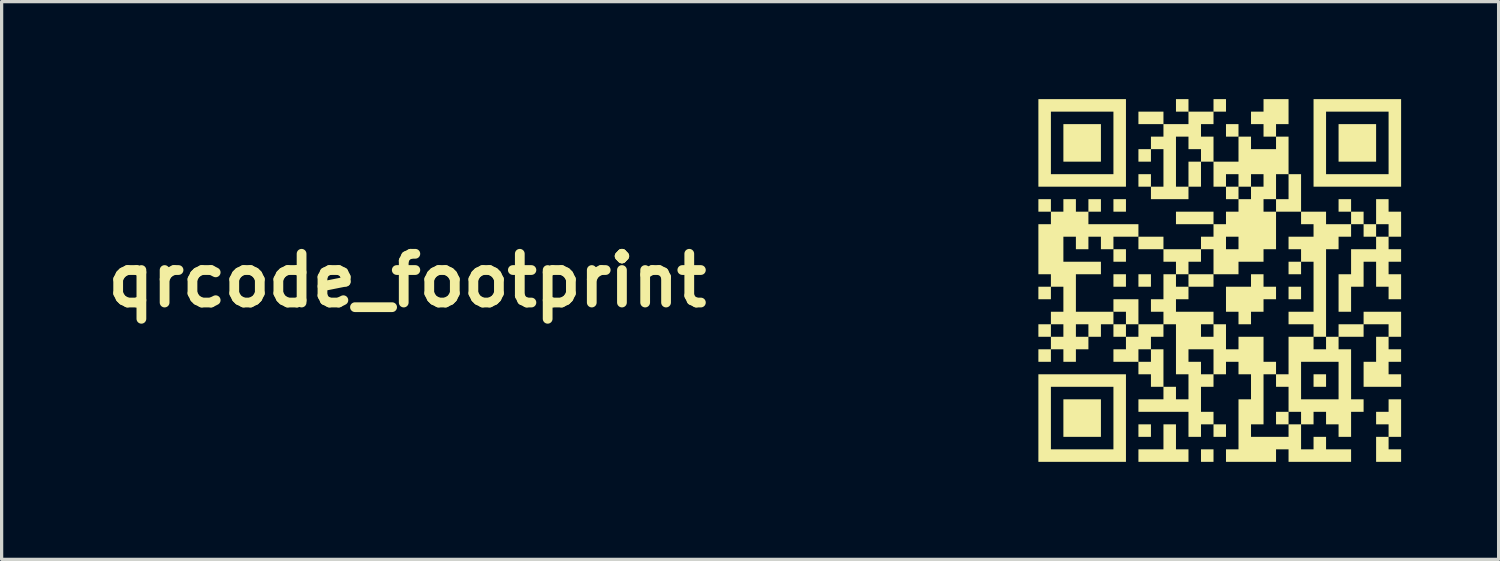
<source format=kicad_pcb>
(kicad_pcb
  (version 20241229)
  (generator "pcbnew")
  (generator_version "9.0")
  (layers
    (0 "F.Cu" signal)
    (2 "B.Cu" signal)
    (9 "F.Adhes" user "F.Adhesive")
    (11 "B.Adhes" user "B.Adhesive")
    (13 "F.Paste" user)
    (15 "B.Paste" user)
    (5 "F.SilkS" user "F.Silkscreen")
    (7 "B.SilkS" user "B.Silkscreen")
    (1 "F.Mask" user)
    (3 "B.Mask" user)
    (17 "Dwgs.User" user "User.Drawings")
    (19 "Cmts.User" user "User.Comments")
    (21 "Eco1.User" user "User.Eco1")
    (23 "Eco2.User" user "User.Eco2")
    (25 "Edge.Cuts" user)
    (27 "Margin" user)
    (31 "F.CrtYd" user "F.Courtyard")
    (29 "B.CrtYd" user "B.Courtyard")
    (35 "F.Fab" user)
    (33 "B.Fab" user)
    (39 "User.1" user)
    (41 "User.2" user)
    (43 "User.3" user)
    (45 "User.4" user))
  (footprint "qrcode_footprint"
    (layer "F.Cu")
    (at 34.479 5.58)
    (property "Reference" "qrcode_footprint" (at -25 0 0) (layer "F.SilkS") (effects (font (size 1.5 1.5) (thickness 0.3))))
    (attr board_only exclude_from_pos_files exclude_from_bom)
    (fp_poly (pts (xy -3.656 -4.233) (xy -3.656 -3.656) (xy -4.233 -3.656) (xy -4.811 -3.656) (xy -4.811 -4.233) (xy -4.811 -4.811) (xy -4.233 -4.811) (xy -3.656 -4.811)) (stroke (width 0) (type solid)) (fill yes) (layer "F.SilkS"))
    (fp_poly (pts (xy -3.656 4.233) (xy -3.656 4.811) (xy -4.233 4.811) (xy -4.811 4.811) (xy -4.811 4.233) (xy -4.811 3.656) (xy -4.233 3.656) (xy -3.656 3.656)) (stroke (width 0) (type solid)) (fill yes) (layer "F.SilkS"))
    (fp_poly (pts (xy -2.886 -2.309) (xy -2.886 -2.117) (xy -3.079 -2.117) (xy -3.271 -2.117) (xy -3.271 -2.309) (xy -3.271 -2.502) (xy -3.079 -2.502) (xy -2.886 -2.502)) (stroke (width 0) (type solid)) (fill yes) (layer "F.SilkS"))
    (fp_poly (pts (xy -2.886 -0.77) (xy -2.886 -0.577) (xy -3.079 -0.577) (xy -3.271 -0.577) (xy -3.271 -0.77) (xy -3.271 -0.962) (xy -3.079 -0.962) (xy -2.886 -0.962)) (stroke (width 0) (type solid)) (fill yes) (layer "F.SilkS"))
    (fp_poly (pts (xy -2.886 0) (xy -2.886 0.192) (xy -3.079 0.192) (xy -3.271 0.192) (xy -3.271 0) (xy -3.271 -0.192) (xy -3.079 -0.192) (xy -2.886 -0.192)) (stroke (width 0) (type solid)) (fill yes) (layer "F.SilkS"))
    (fp_poly (pts (xy -2.117 0) (xy -2.117 0.192) (xy -2.309 0.192) (xy -2.502 0.192) (xy -2.502 0) (xy -2.502 -0.192) (xy -2.309 -0.192) (xy -2.117 -0.192)) (stroke (width 0) (type solid)) (fill yes) (layer "F.SilkS"))
    (fp_poly (pts (xy -2.117 4.618) (xy -2.117 4.811) (xy -2.309 4.811) (xy -2.502 4.811) (xy -2.502 4.618) (xy -2.502 4.426) (xy -2.309 4.426) (xy -2.117 4.426)) (stroke (width 0) (type solid)) (fill yes) (layer "F.SilkS"))
    (fp_poly (pts (xy -0.192 0) (xy -0.192 0.192) (xy -0.577 0.192) (xy -0.962 0.192) (xy -0.962 0) (xy -0.962 -0.192) (xy -0.577 -0.192) (xy -0.192 -0.192)) (stroke (width 0) (type solid)) (fill yes) (layer "F.SilkS"))
    (fp_poly (pts (xy -0.192 5.388) (xy -0.192 5.58) (xy -0.385 5.58) (xy -0.577 5.58) (xy -0.577 5.388) (xy -0.577 5.195) (xy -0.385 5.195) (xy -0.192 5.195)) (stroke (width 0) (type solid)) (fill yes) (layer "F.SilkS"))
    (fp_poly (pts (xy 0.192 4.618) (xy 0.192 4.811) (xy 0 4.811) (xy -0.192 4.811) (xy -0.192 4.618) (xy -0.192 4.426) (xy 0 4.426) (xy 0.192 4.426)) (stroke (width 0) (type solid)) (fill yes) (layer "F.SilkS"))
    (fp_poly (pts (xy 0.577 -4.618) (xy 0.577 -4.426) (xy 0.385 -4.426) (xy 0.192 -4.426) (xy 0.192 -4.618) (xy 0.192 -4.811) (xy 0.385 -4.811) (xy 0.577 -4.811)) (stroke (width 0) (type solid)) (fill yes) (layer "F.SilkS"))
    (fp_poly (pts (xy 2.117 4.233) (xy 2.117 4.426) (xy 1.924 4.426) (xy 1.732 4.426) (xy 1.732 4.233) (xy 1.732 4.041) (xy 1.924 4.041) (xy 2.117 4.041)) (stroke (width 0) (type solid)) (fill yes) (layer "F.SilkS"))
    (fp_poly (pts (xy 2.502 -0.385) (xy 2.502 -0.192) (xy 2.309 -0.192) (xy 2.117 -0.192) (xy 2.117 -0.385) (xy 2.117 -0.577) (xy 2.309 -0.577) (xy 2.502 -0.577)) (stroke (width 0) (type solid)) (fill yes) (layer "F.SilkS"))
    (fp_poly (pts (xy 2.502 0.385) (xy 2.502 0.577) (xy 2.309 0.577) (xy 2.117 0.577) (xy 2.117 0.385) (xy 2.117 0.192) (xy 2.309 0.192) (xy 2.502 0.192)) (stroke (width 0) (type solid)) (fill yes) (layer "F.SilkS"))
    (fp_poly (pts (xy 3.271 3.079) (xy 3.271 3.271) (xy 3.079 3.271) (xy 2.886 3.271) (xy 2.886 3.079) (xy 2.886 2.886) (xy 3.079 2.886) (xy 3.271 2.886)) (stroke (width 0) (type solid)) (fill yes) (layer "F.SilkS"))
    (fp_poly (pts (xy 4.041 -2.309) (xy 4.041 -2.117) (xy 3.848 -2.117) (xy 3.656 -2.117) (xy 3.656 -2.309) (xy 3.656 -2.502) (xy 3.848 -2.502) (xy 4.041 -2.502)) (stroke (width 0) (type solid)) (fill yes) (layer "F.SilkS"))
    (fp_poly (pts (xy 4.811 -4.233) (xy 4.811 -3.656) (xy 4.233 -3.656) (xy 3.656 -3.656) (xy 3.656 -4.233) (xy 3.656 -4.811) (xy 4.233 -4.811) (xy 4.811 -4.811)) (stroke (width 0) (type solid)) (fill yes) (layer "F.SilkS"))
    (fp_poly (pts (xy -2.502 0.962) (xy -2.502 1.347) (xy -2.694 1.347) (xy -2.886 1.347) (xy -2.886 1.155) (xy -2.886 0.962) (xy -3.079 0.962) (xy -3.271 0.962) (xy -3.271 0.77) (xy -3.271 0.577) (xy -2.886 0.577) (xy -2.502 0.577)) (stroke (width 0) (type solid)) (fill yes) (layer "F.SilkS"))
    (fp_poly (pts (xy -1.347 4.811) (xy -1.347 5.195) (xy -1.155 5.195) (xy -0.962 5.195) (xy -0.962 5.388) (xy -0.962 5.58) (xy -1.732 5.58) (xy -2.502 5.58) (xy -2.502 5.388) (xy -2.502 5.195) (xy -2.117 5.195) (xy -1.732 5.195) (xy -1.732 4.811) (xy -1.732 4.426) (xy -1.539 4.426) (xy -1.347 4.426)) (stroke (width 0) (type solid)) (fill yes) (layer "F.SilkS"))
    (fp_poly (pts (xy -2.886 -4.233) (xy -2.886 -2.886) (xy -4.233 -2.886) (xy -5.58 -2.886) (xy -5.58 -4.233) (xy -5.195 -4.233) (xy -5.195 -3.271) (xy -4.233 -3.271) (xy -3.271 -3.271) (xy -3.271 -4.233) (xy -3.271 -5.195) (xy -4.233 -5.195) (xy -5.195 -5.195) (xy -5.195 -4.233) (xy -5.58 -4.233) (xy -5.58 -5.58) (xy -4.233 -5.58) (xy -2.886 -5.58)) (stroke (width 0) (type solid)) (fill yes) (layer "F.SilkS"))
    (fp_poly (pts (xy -2.886 4.233) (xy -2.886 5.58) (xy -4.233 5.58) (xy -5.58 5.58) (xy -5.58 4.233) (xy -5.195 4.233) (xy -5.195 5.195) (xy -4.233 5.195) (xy -3.271 5.195) (xy -3.271 4.233) (xy -3.271 3.271) (xy -4.233 3.271) (xy -5.195 3.271) (xy -5.195 4.233) (xy -5.58 4.233) (xy -5.58 2.886) (xy -4.233 2.886) (xy -2.886 2.886)) (stroke (width 0) (type solid)) (fill yes) (layer "F.SilkS"))
    (fp_poly (pts (xy 5.58 -4.233) (xy 5.58 -2.886) (xy 4.233 -2.886) (xy 2.886 -2.886) (xy 2.886 -4.233) (xy 3.271 -4.233) (xy 3.271 -3.271) (xy 4.233 -3.271) (xy 5.195 -3.271) (xy 5.195 -4.233) (xy 5.195 -5.195) (xy 4.233 -5.195) (xy 3.271 -5.195) (xy 3.271 -4.233) (xy 2.886 -4.233) (xy 2.886 -5.58) (xy 4.233 -5.58) (xy 5.58 -5.58)) (stroke (width 0) (type solid)) (fill yes) (layer "F.SilkS"))
    (fp_poly (pts (xy 2.117 -5.195) (xy 2.117 -4.811) (xy 1.924 -4.811) (xy 1.732 -4.811) (xy 1.732 -4.618) (xy 1.732 -4.426) (xy 1.539 -4.426) (xy 1.347 -4.426) (xy 1.347 -4.618) (xy 1.347 -4.811) (xy 1.155 -4.811) (xy 0.962 -4.811) (xy 0.962 -5.003) (xy 0.962 -5.195) (xy 1.155 -5.195) (xy 1.347 -5.195) (xy 1.347 -5.388) (xy 1.347 -5.58) (xy 1.732 -5.58) (xy 2.117 -5.58)) (stroke (width 0) (type solid)) (fill yes) (layer "F.SilkS"))
    (fp_poly (pts (xy 1.347 0) (xy 1.347 0.192) (xy 1.539 0.192) (xy 1.732 0.192) (xy 1.732 0.385) (xy 1.732 0.577) (xy 1.539 0.577) (xy 1.347 0.577) (xy 1.347 0.77) (xy 1.347 0.962) (xy 1.155 0.962) (xy 0.962 0.962) (xy 0.962 1.155) (xy 0.962 1.347) (xy 0.77 1.347) (xy 0.577 1.347) (xy 0.577 1.155) (xy 0.577 0.962) (xy 0.385 0.962) (xy 0.192 0.962) (xy 0.192 0.577) (xy 0.192 0.192) (xy 0.577 0.192) (xy 0.962 0.192) (xy 0.962 0) (xy 0.962 -0.192) (xy 1.155 -0.192) (xy 1.347 -0.192)) (stroke (width 0) (type solid)) (fill yes) (layer "F.SilkS"))
    (fp_poly (pts (xy 5.58 4.233) (xy 5.58 4.811) (xy 5.388 4.811) (xy 5.195 4.811) (xy 5.195 5.003) (xy 5.195 5.195) (xy 5.388 5.195) (xy 5.58 5.195) (xy 5.58 5.388) (xy 5.58 5.58) (xy 5.195 5.58) (xy 4.811 5.58) (xy 4.811 5.195) (xy 4.811 4.811) (xy 5.003 4.811) (xy 5.195 4.811) (xy 5.195 4.618) (xy 5.195 4.426) (xy 5.003 4.426) (xy 4.811 4.426) (xy 4.811 4.233) (xy 4.811 4.041) (xy 5.003 4.041) (xy 5.195 4.041) (xy 5.195 3.848) (xy 5.195 3.656) (xy 5.388 3.656) (xy 5.58 3.656)) (stroke (width 0) (type solid)) (fill yes) (layer "F.SilkS"))
    (fp_poly (pts (xy -5.195 -2.309) (xy -5.195 -2.117) (xy -5.003 -2.117) (xy -4.811 -2.117) (xy -4.811 -2.309) (xy -4.811 -2.502) (xy -4.618 -2.502) (xy -4.426 -2.502) (xy -4.426 -2.309) (xy -4.426 -2.117) (xy -4.233 -2.117) (xy -4.041 -2.117) (xy -4.041 -2.309) (xy -4.041 -2.502) (xy -3.848 -2.502) (xy -3.656 -2.502) (xy -3.656 -2.309) (xy -3.656 -2.117) (xy -3.848 -2.117) (xy -4.041 -2.117) (xy -4.041 -1.924) (xy -4.041 -1.732) (xy -3.271 -1.732) (xy -2.502 -1.732) (xy -2.502 -1.539) (xy -2.502 -1.347) (xy -2.886 -1.347) (xy -3.271 -1.347) (xy -3.271 -1.155) (xy -3.271 -0.962) (xy -3.464 -0.962) (xy -3.656 -0.962) (xy -3.656 -1.155) (xy -3.656 -1.347) (xy -3.848 -1.347) (xy -4.041 -1.347) (xy -4.041 -1.155) (xy -4.041 -0.962) (xy -4.233 -0.962) (xy -4.426 -0.962) (xy -4.426 -1.155) (xy -4.426 -1.347) (xy -4.618 -1.347) (xy -4.811 -1.347) (xy -4.811 -0.962) (xy -4.811 -0.577) (xy -4.233 -0.577) (xy -3.656 -0.577) (xy -3.656 -0.385) (xy -3.656 -0.192) (xy -4.041 -0.192) (xy -4.426 -0.192) (xy -4.426 0.385) (xy -4.426 0.962) (xy -3.848 0.962) (xy -3.271 0.962) (xy -3.271 1.155) (xy -3.271 1.347) (xy -3.464 1.347) (xy -3.656 1.347) (xy -3.656 1.539) (xy -3.656 1.732) (xy -3.848 1.732) (xy -4.041 1.732) (xy -4.041 1.924) (xy -4.041 2.117) (xy -4.233 2.117) (xy -4.426 2.117) (xy -4.426 2.309) (xy -4.426 2.502) (xy -4.618 2.502) (xy -4.811 2.502) (xy -4.811 2.309) (xy -4.811 2.117) (xy -5.003 2.117) (xy -5.195 2.117) (xy -5.195 2.309) (xy -5.195 2.502) (xy -5.388 2.502) (xy -5.58 2.502) (xy -5.58 2.309) (xy -5.58 2.117) (xy -5.388 2.117) (xy -5.195 2.117) (xy -5.195 1.924) (xy -5.195 1.732) (xy -5.388 1.732) (xy -5.58 1.732) (xy -5.58 1.539) (xy -5.195 1.539) (xy -5.195 1.732) (xy -5.003 1.732) (xy -4.811 1.732) (xy -4.811 1.539) (xy -4.426 1.539) (xy -4.426 1.732) (xy -4.233 1.732) (xy -4.041 1.732) (xy -4.041 1.539) (xy -4.041 1.347) (xy -4.233 1.347) (xy -4.426 1.347) (xy -4.426 1.539) (xy -4.811 1.539) (xy -4.811 1.347) (xy -5.003 1.347) (xy -5.195 1.347) (xy -5.195 1.539) (xy -5.58 1.539) (xy -5.58 1.347) (xy -5.388 1.347) (xy -5.195 1.347) (xy -5.195 1.155) (xy -5.195 0.962) (xy -5.003 0.962) (xy -4.811 0.962) (xy -4.811 0.577) (xy -4.811 0.192) (xy -5.003 0.192) (xy -5.195 0.192) (xy -5.195 0.385) (xy -5.195 0.577) (xy -5.388 0.577) (xy -5.58 0.577) (xy -5.58 0.385) (xy -5.58 0.192) (xy -5.388 0.192) (xy -5.195 0.192) (xy -5.195 0) (xy -5.195 -0.192) (xy -5.388 -0.192) (xy -5.58 -0.192) (xy -5.58 -0.962) (xy -5.58 -1.732) (xy -5.388 -1.732) (xy -5.195 -1.732) (xy -5.195 -1.924) (xy -5.195 -2.117) (xy -5.388 -2.117) (xy -5.58 -2.117) (xy -5.58 -2.309) (xy -5.58 -2.502) (xy -5.388 -2.502) (xy -5.195 -2.502)) (stroke (width 0) (type solid)) (fill yes) (layer "F.SilkS"))
    (fp_poly (pts (xy -0.962 -5.388) (xy -0.962 -5.195) (xy -0.577 -5.195) (xy -0.192 -5.195) (xy -0.192 -5.388) (xy -0.192 -5.58) (xy 0 -5.58) (xy 0.192 -5.58) (xy 0.192 -5.388) (xy 0.192 -5.195) (xy 0 -5.195) (xy -0.192 -5.195) (xy -0.192 -5.003) (xy -0.192 -4.811) (xy -0.385 -4.811) (xy -0.577 -4.811) (xy -0.577 -4.618) (xy -0.577 -4.426) (xy -0.385 -4.426) (xy -0.192 -4.426) (xy -0.192 -4.041) (xy -0.192 -3.656) (xy 0.192 -3.656) (xy 0.577 -3.656) (xy 0.577 -4.041) (xy 0.577 -4.426) (xy 0.77 -4.426) (xy 0.962 -4.426) (xy 0.962 -4.233) (xy 0.962 -4.041) (xy 1.347 -4.041) (xy 1.732 -4.041) (xy 1.732 -4.233) (xy 1.732 -4.426) (xy 1.924 -4.426) (xy 2.117 -4.426) (xy 2.117 -3.848) (xy 2.117 -3.271) (xy 1.924 -3.271) (xy 1.732 -3.271) (xy 1.732 -2.886) (xy 1.732 -2.502) (xy 1.539 -2.502) (xy 1.347 -2.502) (xy 1.347 -2.309) (xy 1.347 -2.117) (xy 1.539 -2.117) (xy 1.732 -2.117) (xy 1.732 -2.309) (xy 1.732 -2.502) (xy 1.924 -2.502) (xy 2.117 -2.502) (xy 2.117 -2.886) (xy 2.117 -3.271) (xy 2.309 -3.271) (xy 2.502 -3.271) (xy 2.502 -2.694) (xy 2.502 -2.117) (xy 2.117 -2.117) (xy 1.732 -2.117) (xy 1.732 -1.539) (xy 1.732 -0.962) (xy 1.539 -0.962) (xy 1.347 -0.962) (xy 1.347 -0.77) (xy 1.347 -0.577) (xy 0.962 -0.577) (xy 0.577 -0.577) (xy 0.577 -0.385) (xy 0.577 -0.192) (xy 0.192 -0.192) (xy -0.192 -0.192) (xy -0.192 -0.577) (xy -0.192 -0.962) (xy -0.385 -0.962) (xy -0.577 -0.962) (xy -0.577 -0.77) (xy -0.577 -0.577) (xy -0.77 -0.577) (xy -0.962 -0.577) (xy -0.962 -0.385) (xy -0.962 -0.192) (xy -1.155 -0.192) (xy -1.347 -0.192) (xy -1.347 -0.385) (xy -1.347 -0.577) (xy -1.539 -0.577) (xy -1.732 -0.577) (xy -1.732 -0.77) (xy -1.732 -0.962) (xy -2.117 -0.962) (xy -2.502 -0.962) (xy -2.502 -1.155) (xy -2.502 -1.347) (xy -2.117 -1.347) (xy -1.732 -1.347) (xy -1.732 -1.155) (xy -1.732 -0.962) (xy -1.155 -0.962) (xy -0.577 -0.962) (xy -0.577 -1.155) (xy 0.192 -1.155) (xy 0.192 -0.962) (xy 0.385 -0.962) (xy 0.577 -0.962) (xy 0.577 -1.155) (xy 0.577 -1.347) (xy 0.385 -1.347) (xy 0.192 -1.347) (xy 0.192 -1.155) (xy -0.577 -1.155) (xy -0.577 -1.347) (xy -0.385 -1.347) (xy -0.192 -1.347) (xy -0.192 -1.539) (xy -0.192 -1.732) (xy -0.77 -1.732) (xy -1.347 -1.732) (xy -1.347 -1.924) (xy -1.347 -2.117) (xy -0.77 -2.117) (xy -0.192 -2.117) (xy -0.192 -1.924) (xy -0.192 -1.732) (xy 0 -1.732) (xy 0.192 -1.732) (xy 0.192 -1.924) (xy 0.192 -2.117) (xy 0.385 -2.117) (xy 0.577 -2.117) (xy 0.577 -2.309) (xy 0.577 -2.502) (xy 0.385 -2.502) (xy 0.192 -2.502) (xy 0.192 -2.694) (xy 0.192 -2.886) (xy 0.385 -2.886) (xy 0.577 -2.886) (xy 0.577 -2.694) (xy 0.577 -2.502) (xy 0.77 -2.502) (xy 0.962 -2.502) (xy 0.962 -2.694) (xy 0.962 -2.886) (xy 1.155 -2.886) (xy 1.347 -2.886) (xy 1.347 -3.079) (xy 1.347 -3.271) (xy 1.155 -3.271) (xy 0.962 -3.271) (xy 0.962 -3.079) (xy 0.962 -2.886) (xy 0.77 -2.886) (xy 0.577 -2.886) (xy 0.577 -3.079) (xy 0.577 -3.271) (xy 0.385 -3.271) (xy 0.192 -3.271) (xy 0.192 -3.079) (xy 0.192 -2.886) (xy 0 -2.886) (xy -0.192 -2.886) (xy -0.192 -3.271) (xy -0.192 -3.656) (xy -0.385 -3.656) (xy -0.577 -3.656) (xy -0.577 -3.271) (xy -0.577 -2.886) (xy -0.77 -2.886) (xy -0.962 -2.886) (xy -0.962 -2.694) (xy -0.962 -2.502) (xy -1.539 -2.502) (xy -2.117 -2.502) (xy -2.117 -2.694) (xy -2.117 -2.886) (xy -2.309 -2.886) (xy -2.502 -2.886) (xy -2.502 -3.079) (xy -2.502 -3.271) (xy -2.309 -3.271) (xy -2.117 -3.271) (xy -2.117 -3.079) (xy -2.117 -2.886) (xy -1.924 -2.886) (xy -1.732 -2.886) (xy -1.732 -3.464) (xy -1.732 -3.656) (xy -1.347 -3.656) (xy -1.347 -2.886) (xy -1.155 -2.886) (xy -0.962 -2.886) (xy -0.962 -3.271) (xy -0.962 -3.656) (xy -0.77 -3.656) (xy -0.577 -3.656) (xy -0.577 -3.848) (xy -0.577 -4.041) (xy -0.77 -4.041) (xy -0.962 -4.041) (xy -0.962 -4.233) (xy -0.962 -4.426) (xy -1.155 -4.426) (xy -1.347 -4.426) (xy -1.347 -3.656) (xy -1.732 -3.656) (xy -1.732 -4.041) (xy -1.924 -4.041) (xy -2.117 -4.041) (xy -2.117 -3.848) (xy -2.117 -3.656) (xy -2.309 -3.656) (xy -2.502 -3.656) (xy -2.502 -3.848) (xy -2.502 -4.041) (xy -2.309 -4.041) (xy -2.117 -4.041) (xy -2.117 -4.233) (xy -2.117 -4.426) (xy -1.924 -4.426) (xy -1.732 -4.426) (xy -1.732 -4.618) (xy -1.732 -4.811) (xy -2.117 -4.811) (xy -2.502 -4.811) (xy -2.502 -5.003) (xy -2.502 -5.195) (xy -2.117 -5.195) (xy -1.732 -5.195) (xy -1.732 -5.003) (xy -1.732 -4.811) (xy -1.347 -4.811) (xy -0.962 -4.811) (xy -0.962 -5.003) (xy -0.962 -5.195) (xy -1.155 -5.195) (xy -1.347 -5.195) (xy -1.347 -5.388) (xy -1.347 -5.58) (xy -1.155 -5.58) (xy -0.962 -5.58)) (stroke (width 0) (type solid)) (fill yes) (layer "F.SilkS"))
    (fp_poly (pts (xy 5.195 -2.309) (xy 5.195 -2.117) (xy 5.388 -2.117) (xy 5.58 -2.117) (xy 5.58 -1.732) (xy 5.58 -1.347) (xy 5.388 -1.347) (xy 5.195 -1.347) (xy 5.195 -1.155) (xy 5.195 -0.962) (xy 5.388 -0.962) (xy 5.58 -0.962) (xy 5.58 -0.77) (xy 5.58 -0.577) (xy 5.388 -0.577) (xy 5.195 -0.577) (xy 5.195 -0.385) (xy 5.195 -0.192) (xy 5.388 -0.192) (xy 5.58 -0.192) (xy 5.58 0.192) (xy 5.58 0.577) (xy 5.388 0.577) (xy 5.195 0.577) (xy 5.195 0.385) (xy 5.195 0.192) (xy 5.003 0.192) (xy 4.811 0.192) (xy 4.811 -0.192) (xy 4.811 -0.577) (xy 4.618 -0.577) (xy 4.426 -0.577) (xy 4.426 -0.192) (xy 4.426 0.192) (xy 4.233 0.192) (xy 4.041 0.192) (xy 4.041 0.577) (xy 4.041 0.962) (xy 3.848 0.962) (xy 3.656 0.962) (xy 3.656 0.385) (xy 3.656 -0.192) (xy 3.848 -0.192) (xy 4.041 -0.192) (xy 4.041 -0.577) (xy 4.041 -0.962) (xy 4.426 -0.962) (xy 4.811 -0.962) (xy 4.811 -1.155) (xy 4.811 -1.347) (xy 4.618 -1.347) (xy 4.426 -1.347) (xy 4.426 -1.539) (xy 4.811 -1.539) (xy 4.811 -1.347) (xy 5.003 -1.347) (xy 5.195 -1.347) (xy 5.195 -1.539) (xy 5.195 -1.732) (xy 5.003 -1.732) (xy 4.811 -1.732) (xy 4.811 -1.539) (xy 4.426 -1.539) (xy 4.426 -1.732) (xy 4.233 -1.732) (xy 4.041 -1.732) (xy 4.041 -1.539) (xy 4.041 -1.347) (xy 3.848 -1.347) (xy 3.656 -1.347) (xy 3.656 -1.155) (xy 3.656 -0.962) (xy 3.464 -0.962) (xy 3.271 -0.962) (xy 3.271 0.385) (xy 3.271 1.732) (xy 3.464 1.732) (xy 3.656 1.732) (xy 3.656 1.539) (xy 3.656 1.347) (xy 4.041 1.347) (xy 4.426 1.347) (xy 4.426 1.155) (xy 4.426 0.962) (xy 5.003 0.962) (xy 5.58 0.962) (xy 5.58 1.347) (xy 5.58 1.732) (xy 5.388 1.732) (xy 5.195 1.732) (xy 5.195 1.924) (xy 5.195 2.117) (xy 5.388 2.117) (xy 5.58 2.117) (xy 5.58 2.309) (xy 5.58 2.502) (xy 5.388 2.502) (xy 5.195 2.502) (xy 5.195 2.694) (xy 5.195 2.886) (xy 5.388 2.886) (xy 5.58 2.886) (xy 5.58 3.079) (xy 5.58 3.271) (xy 5.003 3.271) (xy 4.426 3.271) (xy 4.426 2.886) (xy 4.426 2.502) (xy 4.618 2.502) (xy 4.811 2.502) (xy 4.811 2.117) (xy 4.811 1.732) (xy 5.003 1.732) (xy 5.195 1.732) (xy 5.195 1.539) (xy 5.195 1.347) (xy 4.811 1.347) (xy 4.426 1.347) (xy 4.426 1.539) (xy 4.426 1.732) (xy 4.041 1.732) (xy 3.656 1.732) (xy 3.656 1.924) (xy 3.656 2.117) (xy 3.848 2.117) (xy 4.041 2.117) (xy 4.041 2.886) (xy 4.041 3.656) (xy 4.233 3.656) (xy 4.426 3.656) (xy 4.426 3.848) (xy 4.426 4.041) (xy 4.233 4.041) (xy 4.041 4.041) (xy 4.041 4.426) (xy 4.041 4.811) (xy 3.848 4.811) (xy 3.656 4.811) (xy 3.656 4.618) (xy 3.656 4.426) (xy 3.464 4.426) (xy 3.271 4.426) (xy 3.271 4.233) (xy 3.271 4.041) (xy 3.079 4.041) (xy 2.886 4.041) (xy 2.886 4.233) (xy 2.886 4.426) (xy 2.694 4.426) (xy 2.502 4.426) (xy 2.502 4.811) (xy 2.502 5.195) (xy 2.694 5.195) (xy 2.886 5.195) (xy 2.886 5.003) (xy 2.886 4.811) (xy 3.079 4.811) (xy 3.271 4.811) (xy 3.271 5.003) (xy 3.271 5.195) (xy 3.656 5.195) (xy 4.041 5.195) (xy 4.041 5.388) (xy 4.041 5.58) (xy 3.079 5.58) (xy 2.117 5.58) (xy 2.117 5.388) (xy 2.117 5.195) (xy 1.924 5.195) (xy 1.732 5.195) (xy 1.732 5.388) (xy 1.732 5.58) (xy 0.962 5.58) (xy 0.192 5.58) (xy 0.192 5.388) (xy 0.192 5.195) (xy 0.385 5.195) (xy 0.577 5.195) (xy 0.577 4.426) (xy 0.577 3.656) (xy 0.77 3.656) (xy 0.962 3.656) (xy 0.962 3.271) (xy 0.962 2.886) (xy 0.77 2.886) (xy 0.577 2.886) (xy 0.577 2.694) (xy 0.577 2.502) (xy 0.385 2.502) (xy 0.192 2.502) (xy 0.192 2.694) (xy 0.192 2.886) (xy 0 2.886) (xy -0.192 2.886) (xy -0.192 3.079) (xy -0.192 3.271) (xy -0.385 3.271) (xy -0.577 3.271) (xy -0.577 3.656) (xy -0.577 4.041) (xy -0.385 4.041) (xy -0.192 4.041) (xy -0.192 4.233) (xy -0.192 4.426) (xy -0.385 4.426) (xy -0.577 4.426) (xy -0.577 4.618) (xy -0.577 4.811) (xy -0.77 4.811) (xy -0.962 4.811) (xy -0.962 4.426) (xy -0.962 4.041) (xy -1.732 4.041) (xy -2.502 4.041) (xy -2.502 3.848) (xy -2.502 3.656) (xy -2.117 3.656) (xy -1.732 3.656) (xy -1.732 3.464) (xy -1.732 3.271) (xy -1.539 3.271) (xy -1.347 3.271) (xy -1.347 3.464) (xy -1.347 3.656) (xy -1.155 3.656) (xy -0.962 3.656) (xy -0.962 3.271) (xy -0.962 2.886) (xy -1.155 2.886) (xy -1.347 2.886) (xy -1.347 2.309) (xy -0.962 2.309) (xy -0.962 2.502) (xy -0.77 2.502) (xy -0.577 2.502) (xy -0.577 2.694) (xy -0.577 2.886) (xy -0.385 2.886) (xy -0.192 2.886) (xy -0.192 2.502) (xy -0.192 2.117) (xy -0.577 2.117) (xy -0.962 2.117) (xy -0.962 2.309) (xy -1.347 2.309) (xy -1.347 2.117) (xy -1.347 1.347) (xy -1.539 1.347) (xy -1.732 1.347) (xy -1.732 1.539) (xy -1.732 1.732) (xy -1.924 1.732) (xy -2.117 1.732) (xy -2.117 1.924) (xy -2.117 2.117) (xy -2.309 2.117) (xy -2.502 2.117) (xy -2.502 2.309) (xy -2.502 2.502) (xy -2.309 2.502) (xy -2.117 2.502) (xy -2.117 2.309) (xy -2.117 2.117) (xy -1.924 2.117) (xy -1.732 2.117) (xy -1.732 2.694) (xy -1.732 3.271) (xy -1.924 3.271) (xy -2.117 3.271) (xy -2.117 3.079) (xy -2.117 2.886) (xy -2.309 2.886) (xy -2.502 2.886) (xy -2.502 2.694) (xy -2.502 2.502) (xy -2.886 2.502) (xy -3.271 2.502) (xy -3.271 2.309) (xy -3.271 2.117) (xy -3.079 2.117) (xy -2.886 2.117) (xy -2.886 1.924) (xy -2.886 1.732) (xy -3.079 1.732) (xy -3.271 1.732) (xy -3.271 1.539) (xy -3.271 1.347) (xy -3.079 1.347) (xy -2.886 1.347) (xy -2.886 1.539) (xy -2.886 1.732) (xy -2.694 1.732) (xy -2.502 1.732) (xy -2.502 1.539) (xy -2.502 1.347) (xy -2.117 1.347) (xy -1.732 1.347) (xy -1.732 1.155) (xy -1.732 0.962) (xy -1.924 0.962) (xy -2.117 0.962) (xy -2.117 0.77) (xy -2.117 0.577) (xy -1.924 0.577) (xy -1.732 0.577) (xy -1.732 0.192) (xy -1.732 -0.192) (xy -1.539 -0.192) (xy -1.347 -0.192) (xy -1.347 0) (xy -1.347 0.192) (xy -1.155 0.192) (xy -0.962 0.192) (xy -0.962 0.385) (xy -0.962 0.577) (xy -1.155 0.577) (xy -1.347 0.577) (xy -1.347 0.77) (xy -1.347 0.962) (xy -0.77 0.962) (xy -0.192 0.962) (xy -0.192 1.155) (xy -0.192 1.347) (xy -0.385 1.347) (xy -0.577 1.347) (xy -0.577 1.539) (xy -0.577 1.732) (xy -0.385 1.732) (xy -0.192 1.732) (xy -0.192 1.539) (xy -0.192 1.347) (xy 0 1.347) (xy 0.192 1.347) (xy 0.192 1.732) (xy 0.192 2.117) (xy 0.385 2.117) (xy 0.577 2.117) (xy 0.577 1.924) (xy 0.577 1.732) (xy 0.962 1.732) (xy 1.347 1.732) (xy 1.347 2.117) (xy 1.347 2.502) (xy 1.539 2.502) (xy 1.732 2.502) (xy 1.732 2.694) (xy 1.732 2.886) (xy 1.539 2.886) (xy 1.347 2.886) (xy 1.347 3.656) (xy 1.347 4.426) (xy 1.155 4.426) (xy 0.962 4.426) (xy 0.962 4.618) (xy 0.962 4.811) (xy 1.539 4.811) (xy 2.117 4.811) (xy 2.117 4.618) (xy 2.117 4.426) (xy 2.309 4.426) (xy 2.502 4.426) (xy 2.502 4.233) (xy 2.502 4.041) (xy 2.309 4.041) (xy 2.117 4.041) (xy 2.117 3.656) (xy 2.117 3.271) (xy 1.924 3.271) (xy 1.732 3.271) (xy 1.732 3.079) (xy 2.502 3.079) (xy 2.502 3.656) (xy 3.079 3.656) (xy 3.656 3.656) (xy 3.656 3.079) (xy 3.656 2.502) (xy 3.079 2.502) (xy 2.502 2.502) (xy 2.502 3.079) (xy 1.732 3.079) (xy 1.732 2.886) (xy 1.924 2.886) (xy 2.117 2.886) (xy 2.117 2.309) (xy 2.117 1.924) (xy 2.886 1.924) (xy 2.886 2.117) (xy 3.079 2.117) (xy 3.271 2.117) (xy 3.271 1.924) (xy 3.271 1.732) (xy 3.079 1.732) (xy 2.886 1.732) (xy 2.886 1.924) (xy 2.117 1.924) (xy 2.117 1.732) (xy 2.502 1.732) (xy 2.886 1.732) (xy 2.886 1.539) (xy 2.886 1.347) (xy 2.502 1.347) (xy 2.117 1.347) (xy 2.117 1.155) (xy 2.117 0.962) (xy 2.502 0.962) (xy 2.886 0.962) (xy 2.886 0.192) (xy 2.886 -0.577) (xy 2.694 -0.577) (xy 2.502 -0.577) (xy 2.502 -0.77) (xy 2.502 -0.962) (xy 2.309 -0.962) (xy 2.117 -0.962) (xy 2.117 -1.155) (xy 2.117 -1.347) (xy 2.502 -1.347) (xy 2.886 -1.347) (xy 2.886 -1.539) (xy 2.886 -1.732) (xy 2.694 -1.732) (xy 2.502 -1.732) (xy 2.502 -1.924) (xy 2.502 -2.117) (xy 2.886 -2.117) (xy 3.271 -2.117) (xy 3.271 -1.924) (xy 3.271 -1.732) (xy 3.656 -1.732) (xy 4.041 -1.732) (xy 4.041 -1.924) (xy 4.041 -2.117) (xy 4.233 -2.117) (xy 4.426 -2.117) (xy 4.426 -1.924) (xy 4.426 -1.732) (xy 4.618 -1.732) (xy 4.811 -1.732) (xy 4.811 -2.117) (xy 4.811 -2.502) (xy 5.003 -2.502) (xy 5.195 -2.502)) (stroke (width 0) (type solid)) (fill yes) (layer "F.SilkS")))
  (gr_rect
    (start -3 -3)
    (end 43.059 14.161)
    (stroke (width 0.1) (type default))
    (fill no)
    (layer "Edge.Cuts")))
</source>
